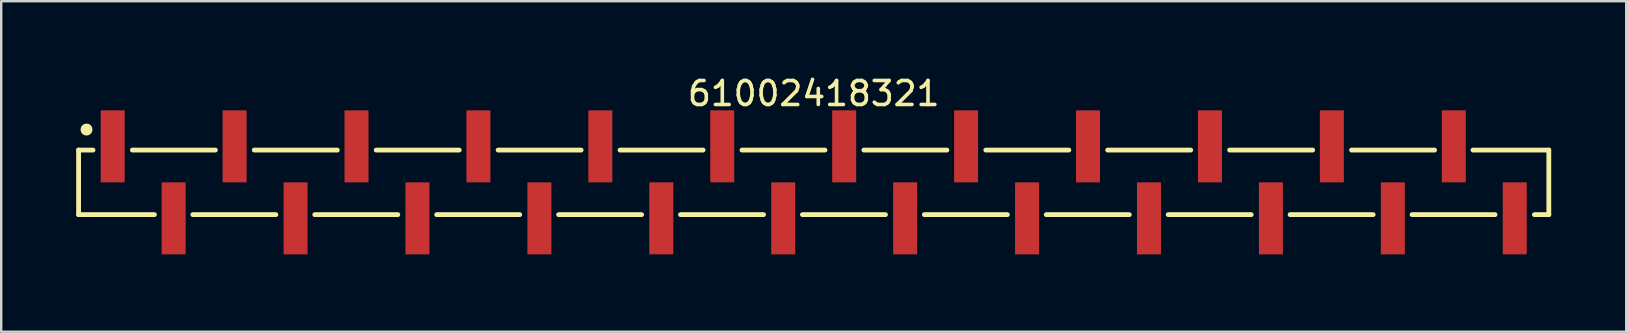
<source format=kicad_pcb>
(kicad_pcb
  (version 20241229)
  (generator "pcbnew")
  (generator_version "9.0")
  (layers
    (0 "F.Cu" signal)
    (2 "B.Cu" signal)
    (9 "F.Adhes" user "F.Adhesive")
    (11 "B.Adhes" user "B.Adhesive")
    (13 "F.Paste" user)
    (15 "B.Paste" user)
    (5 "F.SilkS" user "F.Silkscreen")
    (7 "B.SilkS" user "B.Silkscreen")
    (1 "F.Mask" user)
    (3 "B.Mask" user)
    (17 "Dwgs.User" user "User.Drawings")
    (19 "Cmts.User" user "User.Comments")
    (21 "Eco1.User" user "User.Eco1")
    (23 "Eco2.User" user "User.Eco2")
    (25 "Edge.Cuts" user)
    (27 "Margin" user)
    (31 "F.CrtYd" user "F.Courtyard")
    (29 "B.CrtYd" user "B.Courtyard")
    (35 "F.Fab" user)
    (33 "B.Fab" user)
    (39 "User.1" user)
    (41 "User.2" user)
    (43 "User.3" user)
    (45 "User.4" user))
  (footprint "61002418321"
    (layer "F.Cu")
    (at 30.855 4.548)
    (property "Reference" "61002418321" (at 0 -3.7 0) (layer "F.SilkS") (effects (font (size 1 1) (thickness 0.15))))
    (fp_line (start -30.63 -1.345) (end -30.03 -1.345) (stroke (width 0.2) (type solid)) (layer "F.SilkS"))
    (fp_line (start -30.63 1.345) (end -30.63 -1.345) (stroke (width 0.2) (type solid)) (layer "F.SilkS"))
    (fp_line (start -30.63 1.345) (end -27.47 1.345) (stroke (width 0.2) (type solid)) (layer "F.SilkS"))
    (fp_line (start -28.39 -1.345) (end -24.93 -1.345) (stroke (width 0.2) (type solid)) (layer "F.SilkS"))
    (fp_line (start -25.87 1.345) (end -22.41 1.345) (stroke (width 0.2) (type solid)) (layer "F.SilkS"))
    (fp_line (start -23.31 -1.345) (end -19.85 -1.345) (stroke (width 0.2) (type solid)) (layer "F.SilkS"))
    (fp_line (start -20.79 1.345) (end -17.33 1.345) (stroke (width 0.2) (type solid)) (layer "F.SilkS"))
    (fp_line (start -18.23 -1.345) (end -14.77 -1.345) (stroke (width 0.2) (type solid)) (layer "F.SilkS"))
    (fp_line (start -15.71 1.345) (end -12.25 1.345) (stroke (width 0.2) (type solid)) (layer "F.SilkS"))
    (fp_line (start -13.15 -1.345) (end -9.69 -1.345) (stroke (width 0.2) (type solid)) (layer "F.SilkS"))
    (fp_line (start -10.63 1.345) (end -7.17 1.345) (stroke (width 0.2) (type solid)) (layer "F.SilkS"))
    (fp_line (start -8.07 -1.345) (end -4.61 -1.345) (stroke (width 0.2) (type solid)) (layer "F.SilkS"))
    (fp_line (start -5.55 1.345) (end -2.09 1.345) (stroke (width 0.2) (type solid)) (layer "F.SilkS"))
    (fp_line (start -2.99 -1.345) (end 0.47 -1.345) (stroke (width 0.2) (type solid)) (layer "F.SilkS"))
    (fp_line (start -0.47 1.345) (end 2.99 1.345) (stroke (width 0.2) (type solid)) (layer "F.SilkS"))
    (fp_line (start 2.09 -1.345) (end 5.55 -1.345) (stroke (width 0.2) (type solid)) (layer "F.SilkS"))
    (fp_line (start 4.61 1.345) (end 8.07 1.345) (stroke (width 0.2) (type solid)) (layer "F.SilkS"))
    (fp_line (start 7.17 -1.345) (end 10.63 -1.345) (stroke (width 0.2) (type solid)) (layer "F.SilkS"))
    (fp_line (start 9.69 1.345) (end 13.15 1.345) (stroke (width 0.2) (type solid)) (layer "F.SilkS"))
    (fp_line (start 12.25 -1.345) (end 15.71 -1.345) (stroke (width 0.2) (type solid)) (layer "F.SilkS"))
    (fp_line (start 14.77 1.345) (end 18.23 1.345) (stroke (width 0.2) (type solid)) (layer "F.SilkS"))
    (fp_line (start 17.33 -1.345) (end 20.79 -1.345) (stroke (width 0.2) (type solid)) (layer "F.SilkS"))
    (fp_line (start 19.85 1.345) (end 23.31 1.345) (stroke (width 0.2) (type solid)) (layer "F.SilkS"))
    (fp_line (start 22.41 -1.345) (end 25.87 -1.345) (stroke (width 0.2) (type solid)) (layer "F.SilkS"))
    (fp_line (start 24.93 1.345) (end 28.39 1.345) (stroke (width 0.2) (type solid)) (layer "F.SilkS"))
    (fp_line (start 27.47 -1.345) (end 30.63 -1.345) (stroke (width 0.2) (type solid)) (layer "F.SilkS"))
    (fp_line (start 30.03 1.345) (end 30.63 1.345) (stroke (width 0.2) (type solid)) (layer "F.SilkS"))
    (fp_line (start 30.63 1.345) (end 30.63 -1.345) (stroke (width 0.2) (type solid)) (layer "F.SilkS"))
    (fp_circle (center -30.3 -2.2) (end -30.3 -2.325) (stroke (width 0.25) (type solid)) (fill no) (layer "F.SilkS"))
    (fp_line (start -30.83 -3.2) (end 30.83 -3.2) (stroke (width 0.05) (type solid)) (layer "Eco2.User"))
    (fp_line (start -30.83 3.2) (end -30.83 -3.2) (stroke (width 0.05) (type solid)) (layer "Eco2.User"))
    (fp_line (start -30.83 3.2) (end 30.83 3.2) (stroke (width 0.05) (type solid)) (layer "Eco2.User"))
    (fp_line (start -30.48 -1.27) (end 30.48 -1.27) (stroke (width 0.1) (type solid)) (layer "Eco2.User"))
    (fp_line (start -30.48 1.27) (end -30.48 -1.27) (stroke (width 0.1) (type solid)) (layer "Eco2.User"))
    (fp_line (start -30.48 1.27) (end 30.48 1.27) (stroke (width 0.1) (type solid)) (layer "Eco2.User"))
    (fp_line (start -29.53 -2.5) (end -28.89 -2.5) (stroke (width 0.1) (type solid)) (layer "Eco2.User"))
    (fp_line (start -29.53 -1.27) (end -29.53 -2.5) (stroke (width 0.1) (type solid)) (layer "Eco2.User"))
    (fp_line (start -28.89 -1.27) (end -28.89 -2.5) (stroke (width 0.1) (type solid)) (layer "Eco2.User"))
    (fp_line (start -26.99 2.5) (end -26.99 1.27) (stroke (width 0.1) (type solid)) (layer "Eco2.User"))
    (fp_line (start -26.99 2.5) (end -26.35 2.5) (stroke (width 0.1) (type solid)) (layer "Eco2.User"))
    (fp_line (start -26.35 2.5) (end -26.35 1.27) (stroke (width 0.1) (type solid)) (layer "Eco2.User"))
    (fp_line (start -24.45 -2.5) (end -23.81 -2.5) (stroke (width 0.1) (type solid)) (layer "Eco2.User"))
    (fp_line (start -24.45 -1.27) (end -24.45 -2.5) (stroke (width 0.1) (type solid)) (layer "Eco2.User"))
    (fp_line (start -23.81 -1.27) (end -23.81 -2.5) (stroke (width 0.1) (type solid)) (layer "Eco2.User"))
    (fp_line (start -21.91 2.5) (end -21.91 1.27) (stroke (width 0.1) (type solid)) (layer "Eco2.User"))
    (fp_line (start -21.91 2.5) (end -21.27 2.5) (stroke (width 0.1) (type solid)) (layer "Eco2.User"))
    (fp_line (start -21.27 2.5) (end -21.27 1.27) (stroke (width 0.1) (type solid)) (layer "Eco2.User"))
    (fp_line (start -19.37 -2.5) (end -18.73 -2.5) (stroke (width 0.1) (type solid)) (layer "Eco2.User"))
    (fp_line (start -19.37 -1.27) (end -19.37 -2.5) (stroke (width 0.1) (type solid)) (layer "Eco2.User"))
    (fp_line (start -18.73 -1.27) (end -18.73 -2.5) (stroke (width 0.1) (type solid)) (layer "Eco2.User"))
    (fp_line (start -16.83 2.5) (end -16.83 1.27) (stroke (width 0.1) (type solid)) (layer "Eco2.User"))
    (fp_line (start -16.83 2.5) (end -16.19 2.5) (stroke (width 0.1) (type solid)) (layer "Eco2.User"))
    (fp_line (start -16.19 2.5) (end -16.19 1.27) (stroke (width 0.1) (type solid)) (layer "Eco2.User"))
    (fp_line (start -14.29 -2.5) (end -13.65 -2.5) (stroke (width 0.1) (type solid)) (layer "Eco2.User"))
    (fp_line (start -14.29 -1.27) (end -14.29 -2.5) (stroke (width 0.1) (type solid)) (layer "Eco2.User"))
    (fp_line (start -13.65 -1.27) (end -13.65 -2.5) (stroke (width 0.1) (type solid)) (layer "Eco2.User"))
    (fp_line (start -11.75 2.5) (end -11.75 1.27) (stroke (width 0.1) (type solid)) (layer "Eco2.User"))
    (fp_line (start -11.75 2.5) (end -11.11 2.5) (stroke (width 0.1) (type solid)) (layer "Eco2.User"))
    (fp_line (start -11.11 2.5) (end -11.11 1.27) (stroke (width 0.1) (type solid)) (layer "Eco2.User"))
    (fp_line (start -9.21 -2.5) (end -8.57 -2.5) (stroke (width 0.1) (type solid)) (layer "Eco2.User"))
    (fp_line (start -9.21 -1.27) (end -9.21 -2.5) (stroke (width 0.1) (type solid)) (layer "Eco2.User"))
    (fp_line (start -8.57 -1.27) (end -8.57 -2.5) (stroke (width 0.1) (type solid)) (layer "Eco2.User"))
    (fp_line (start -6.67 2.5) (end -6.67 1.27) (stroke (width 0.1) (type solid)) (layer "Eco2.User"))
    (fp_line (start -6.67 2.5) (end -6.03 2.5) (stroke (width 0.1) (type solid)) (layer "Eco2.User"))
    (fp_line (start -6.03 2.5) (end -6.03 1.27) (stroke (width 0.1) (type solid)) (layer "Eco2.User"))
    (fp_line (start -4.13 -2.5) (end -3.49 -2.5) (stroke (width 0.1) (type solid)) (layer "Eco2.User"))
    (fp_line (start -4.13 -1.27) (end -4.13 -2.5) (stroke (width 0.1) (type solid)) (layer "Eco2.User"))
    (fp_line (start -3.49 -1.27) (end -3.49 -2.5) (stroke (width 0.1) (type solid)) (layer "Eco2.User"))
    (fp_line (start -1.59 2.5) (end -1.59 1.27) (stroke (width 0.1) (type solid)) (layer "Eco2.User"))
    (fp_line (start -1.59 2.5) (end -0.95 2.5) (stroke (width 0.1) (type solid)) (layer "Eco2.User"))
    (fp_line (start -0.95 2.5) (end -0.95 1.27) (stroke (width 0.1) (type solid)) (layer "Eco2.User"))
    (fp_line (start -0.5 0) (end 0.5 0) (stroke (width 0.05) (type solid)) (layer "Eco2.User"))
    (fp_line (start 0 0.5) (end 0 -0.5) (stroke (width 0.05) (type solid)) (layer "Eco2.User"))
    (fp_line (start 0.95 -2.5) (end 1.59 -2.5) (stroke (width 0.1) (type solid)) (layer "Eco2.User"))
    (fp_line (start 0.95 -1.27) (end 0.95 -2.5) (stroke (width 0.1) (type solid)) (layer "Eco2.User"))
    (fp_line (start 1.59 -1.27) (end 1.59 -2.5) (stroke (width 0.1) (type solid)) (layer "Eco2.User"))
    (fp_line (start 3.49 2.5) (end 3.49 1.27) (stroke (width 0.1) (type solid)) (layer "Eco2.User"))
    (fp_line (start 3.49 2.5) (end 4.13 2.5) (stroke (width 0.1) (type solid)) (layer "Eco2.User"))
    (fp_line (start 4.13 2.5) (end 4.13 1.27) (stroke (width 0.1) (type solid)) (layer "Eco2.User"))
    (fp_line (start 6.03 -2.5) (end 6.67 -2.5) (stroke (width 0.1) (type solid)) (layer "Eco2.User"))
    (fp_line (start 6.03 -1.27) (end 6.03 -2.5) (stroke (width 0.1) (type solid)) (layer "Eco2.User"))
    (fp_line (start 6.67 -1.27) (end 6.67 -2.5) (stroke (width 0.1) (type solid)) (layer "Eco2.User"))
    (fp_line (start 8.57 2.5) (end 8.57 1.27) (stroke (width 0.1) (type solid)) (layer "Eco2.User"))
    (fp_line (start 8.57 2.5) (end 9.21 2.5) (stroke (width 0.1) (type solid)) (layer "Eco2.User"))
    (fp_line (start 9.21 2.5) (end 9.21 1.27) (stroke (width 0.1) (type solid)) (layer "Eco2.User"))
    (fp_line (start 11.11 -2.5) (end 11.75 -2.5) (stroke (width 0.1) (type solid)) (layer "Eco2.User"))
    (fp_line (start 11.11 -1.27) (end 11.11 -2.5) (stroke (width 0.1) (type solid)) (layer "Eco2.User"))
    (fp_line (start 11.75 -1.27) (end 11.75 -2.5) (stroke (width 0.1) (type solid)) (layer "Eco2.User"))
    (fp_line (start 13.65 2.5) (end 13.65 1.27) (stroke (width 0.1) (type solid)) (layer "Eco2.User"))
    (fp_line (start 13.65 2.5) (end 14.29 2.5) (stroke (width 0.1) (type solid)) (layer "Eco2.User"))
    (fp_line (start 14.29 2.5) (end 14.29 1.27) (stroke (width 0.1) (type solid)) (layer "Eco2.User"))
    (fp_line (start 16.19 -2.5) (end 16.83 -2.5) (stroke (width 0.1) (type solid)) (layer "Eco2.User"))
    (fp_line (start 16.19 -1.27) (end 16.19 -2.5) (stroke (width 0.1) (type solid)) (layer "Eco2.User"))
    (fp_line (start 16.83 -1.27) (end 16.83 -2.5) (stroke (width 0.1) (type solid)) (layer "Eco2.User"))
    (fp_line (start 18.73 2.5) (end 18.73 1.27) (stroke (width 0.1) (type solid)) (layer "Eco2.User"))
    (fp_line (start 18.73 2.5) (end 19.37 2.5) (stroke (width 0.1) (type solid)) (layer "Eco2.User"))
    (fp_line (start 19.37 2.5) (end 19.37 1.27) (stroke (width 0.1) (type solid)) (layer "Eco2.User"))
    (fp_line (start 21.27 -2.5) (end 21.91 -2.5) (stroke (width 0.1) (type solid)) (layer "Eco2.User"))
    (fp_line (start 21.27 -1.27) (end 21.27 -2.5) (stroke (width 0.1) (type solid)) (layer "Eco2.User"))
    (fp_line (start 21.91 -1.27) (end 21.91 -2.5) (stroke (width 0.1) (type solid)) (layer "Eco2.User"))
    (fp_line (start 23.81 2.5) (end 23.81 1.27) (stroke (width 0.1) (type solid)) (layer "Eco2.User"))
    (fp_line (start 23.81 2.5) (end 24.45 2.5) (stroke (width 0.1) (type solid)) (layer "Eco2.User"))
    (fp_line (start 24.45 2.5) (end 24.45 1.27) (stroke (width 0.1) (type solid)) (layer "Eco2.User"))
    (fp_line (start 26.35 -2.5) (end 26.99 -2.5) (stroke (width 0.1) (type solid)) (layer "Eco2.User"))
    (fp_line (start 26.35 -1.27) (end 26.35 -2.5) (stroke (width 0.1) (type solid)) (layer "Eco2.User"))
    (fp_line (start 26.99 -1.27) (end 26.99 -2.5) (stroke (width 0.1) (type solid)) (layer "Eco2.User"))
    (fp_line (start 28.89 2.5) (end 28.89 1.27) (stroke (width 0.1) (type solid)) (layer "Eco2.User"))
    (fp_line (start 28.89 2.5) (end 29.53 2.5) (stroke (width 0.1) (type solid)) (layer "Eco2.User"))
    (fp_line (start 29.53 2.5) (end 29.53 1.27) (stroke (width 0.1) (type solid)) (layer "Eco2.User"))
    (fp_line (start 30.48 1.27) (end 30.48 -1.27) (stroke (width 0.1) (type solid)) (layer "Eco2.User"))
    (fp_line (start 30.83 3.2) (end 30.83 -3.2) (stroke (width 0.05) (type solid)) (layer "Eco2.User"))
    (fp_text user "${REFERENCE}" (at 0.15 -0.197 0) (unlocked yes) (layer "User.3") (effects (font (size 1.5 1.5) (thickness 0.15))))
    (pad "1" smd rect (at -29.21 -1.5) (size 1 3) (layers "F.Cu" "F.Mask" "F.Paste"))
    (pad "2" smd rect (at -26.67 1.5) (size 1 3) (layers "F.Cu" "F.Mask" "F.Paste"))
    (pad "3" smd rect (at -24.13 -1.5) (size 1 3) (layers "F.Cu" "F.Mask" "F.Paste"))
    (pad "4" smd rect (at -21.59 1.5) (size 1 3) (layers "F.Cu" "F.Mask" "F.Paste"))
    (pad "5" smd rect (at -19.05 -1.5) (size 1 3) (layers "F.Cu" "F.Mask" "F.Paste"))
    (pad "6" smd rect (at -16.51 1.5) (size 1 3) (layers "F.Cu" "F.Mask" "F.Paste"))
    (pad "7" smd rect (at -13.97 -1.5) (size 1 3) (layers "F.Cu" "F.Mask" "F.Paste"))
    (pad "8" smd rect (at -11.43 1.5) (size 1 3) (layers "F.Cu" "F.Mask" "F.Paste"))
    (pad "9" smd rect (at -8.89 -1.5) (size 1 3) (layers "F.Cu" "F.Mask" "F.Paste"))
    (pad "10" smd rect (at -6.35 1.5) (size 1 3) (layers "F.Cu" "F.Mask" "F.Paste"))
    (pad "11" smd rect (at -3.81 -1.5) (size 1 3) (layers "F.Cu" "F.Mask" "F.Paste"))
    (pad "12" smd rect (at -1.27 1.5) (size 1 3) (layers "F.Cu" "F.Mask" "F.Paste"))
    (pad "13" smd rect (at 1.27 -1.5) (size 1 3) (layers "F.Cu" "F.Mask" "F.Paste"))
    (pad "14" smd rect (at 3.81 1.5) (size 1 3) (layers "F.Cu" "F.Mask" "F.Paste"))
    (pad "15" smd rect (at 6.35 -1.5) (size 1 3) (layers "F.Cu" "F.Mask" "F.Paste"))
    (pad "16" smd rect (at 8.89 1.5) (size 1 3) (layers "F.Cu" "F.Mask" "F.Paste"))
    (pad "17" smd rect (at 11.43 -1.5) (size 1 3) (layers "F.Cu" "F.Mask" "F.Paste"))
    (pad "18" smd rect (at 13.97 1.5) (size 1 3) (layers "F.Cu" "F.Mask" "F.Paste"))
    (pad "19" smd rect (at 16.51 -1.5) (size 1 3) (layers "F.Cu" "F.Mask" "F.Paste"))
    (pad "20" smd rect (at 19.05 1.5) (size 1 3) (layers "F.Cu" "F.Mask" "F.Paste"))
    (pad "21" smd rect (at 21.59 -1.5) (size 1 3) (layers "F.Cu" "F.Mask" "F.Paste"))
    (pad "22" smd rect (at 24.13 1.5) (size 1 3) (layers "F.Cu" "F.Mask" "F.Paste"))
    (pad "23" smd rect (at 26.67 -1.5) (size 1 3) (layers "F.Cu" "F.Mask" "F.Paste"))
    (pad "24" smd rect (at 29.21 1.5) (size 1 3) (layers "F.Cu" "F.Mask" "F.Paste")))
  (gr_rect
    (start -3 -3)
    (end 64.71 10.773)
    (stroke (width 0.1) (type default))
    (fill no)
    (layer "Edge.Cuts")))
</source>
